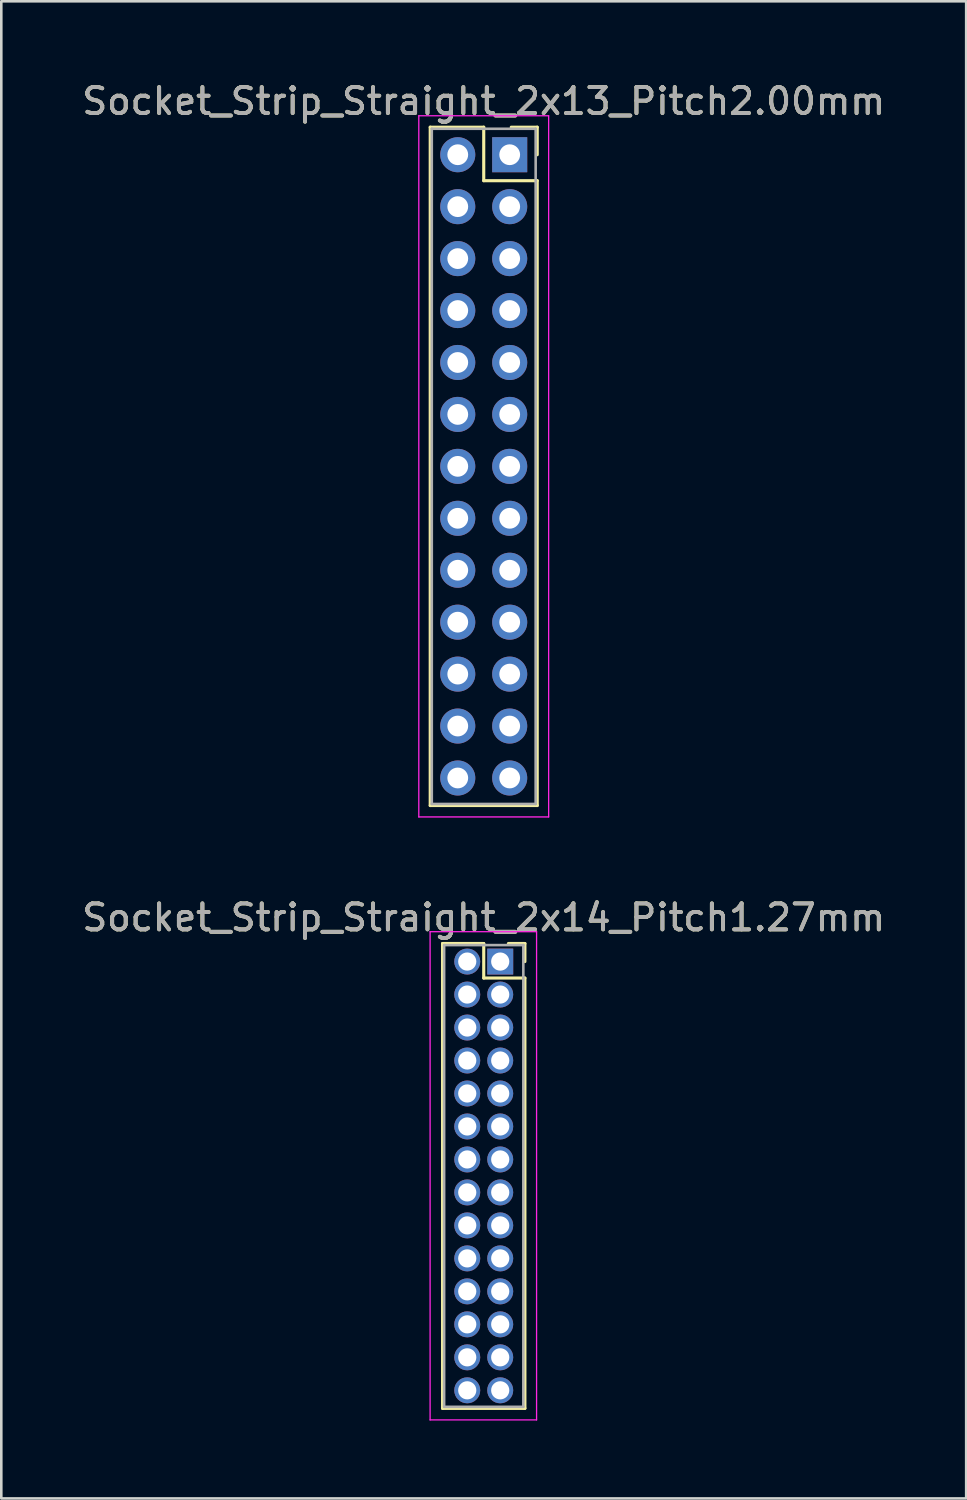
<source format=kicad_pcb>
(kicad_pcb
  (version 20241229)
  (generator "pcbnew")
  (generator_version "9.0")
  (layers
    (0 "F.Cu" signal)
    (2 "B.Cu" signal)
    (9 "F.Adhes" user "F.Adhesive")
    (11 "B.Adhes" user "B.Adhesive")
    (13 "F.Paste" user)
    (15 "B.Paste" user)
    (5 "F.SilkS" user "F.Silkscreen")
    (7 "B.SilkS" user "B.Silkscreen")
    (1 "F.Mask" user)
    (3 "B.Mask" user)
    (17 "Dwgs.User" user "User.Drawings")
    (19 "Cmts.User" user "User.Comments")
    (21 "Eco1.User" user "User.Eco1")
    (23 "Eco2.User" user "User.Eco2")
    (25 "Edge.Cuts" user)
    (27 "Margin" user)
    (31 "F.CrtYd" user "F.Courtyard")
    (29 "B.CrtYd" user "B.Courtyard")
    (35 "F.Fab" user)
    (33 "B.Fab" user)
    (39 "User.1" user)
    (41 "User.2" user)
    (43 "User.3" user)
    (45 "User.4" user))
  (footprint "Socket_Strip_Straight_2x14_Pitch1.27mm"
    (layer "F.Cu")
    (at 16.212 33.977)
    (property "Reference" "Socket_Strip_Straight_2x14_Pitch1.27mm" (at -0.635 -1.695 0) (layer "F.SilkS") (effects (font (size 1 1) (thickness 0.15))))
    (attr through_hole)
    (fp_line (start -2.22 -0.695) (end -0.635 -0.695) (stroke (width 0.12) (type solid)) (layer "F.SilkS"))
    (fp_line (start -2.22 17.205) (end -2.22 -0.695) (stroke (width 0.12) (type solid)) (layer "F.SilkS"))
    (fp_line (start -0.635 -0.695) (end -0.635 0.635) (stroke (width 0.12) (type solid)) (layer "F.SilkS"))
    (fp_line (start -0.635 0.635) (end 0.95 0.635) (stroke (width 0.12) (type solid)) (layer "F.SilkS"))
    (fp_line (start 0.95 -0.695) (end 0.315 -0.695) (stroke (width 0.12) (type solid)) (layer "F.SilkS"))
    (fp_line (start 0.95 0) (end 0.95 -0.695) (stroke (width 0.12) (type solid)) (layer "F.SilkS"))
    (fp_line (start 0.95 0.635) (end 0.95 17.205) (stroke (width 0.12) (type solid)) (layer "F.SilkS"))
    (fp_line (start 0.95 17.205) (end -2.22 17.205) (stroke (width 0.12) (type solid)) (layer "F.SilkS"))
    (fp_line (start -2.7 -1.15) (end -2.7 17.65) (stroke (width 0.05) (type solid)) (layer "F.CrtYd"))
    (fp_line (start -2.7 17.65) (end 1.4 17.65) (stroke (width 0.05) (type solid)) (layer "F.CrtYd"))
    (fp_line (start 1.4 -1.15) (end -2.7 -1.15) (stroke (width 0.05) (type solid)) (layer "F.CrtYd"))
    (fp_line (start 1.4 17.65) (end 1.4 -1.15) (stroke (width 0.05) (type solid)) (layer "F.CrtYd"))
    (fp_line (start -2.16 -0.635) (end -2.16 17.145) (stroke (width 0.1) (type solid)) (layer "F.Fab"))
    (fp_line (start -2.16 17.145) (end 0.89 17.145) (stroke (width 0.1) (type solid)) (layer "F.Fab"))
    (fp_line (start 0.89 -0.635) (end -2.16 -0.635) (stroke (width 0.1) (type solid)) (layer "F.Fab"))
    (fp_line (start 0.89 17.145) (end 0.89 -0.635) (stroke (width 0.1) (type solid)) (layer "F.Fab"))
    (fp_text user "${REFERENCE}" (at -0.635 -1.695 0) (layer "F.Fab") (effects (font (size 1 1) (thickness 0.15))))
    (pad "1" thru_hole rect (at 0 0) (size 1 1) (drill 0.7) (layers "*.Cu" "*.Mask"))
    (pad "2" thru_hole oval (at -1.27 0) (size 1 1) (drill 0.7) (layers "*.Cu" "*.Mask"))
    (pad "3" thru_hole oval (at 0 1.27) (size 1 1) (drill 0.7) (layers "*.Cu" "*.Mask"))
    (pad "4" thru_hole oval (at -1.27 1.27) (size 1 1) (drill 0.7) (layers "*.Cu" "*.Mask"))
    (pad "5" thru_hole oval (at 0 2.54) (size 1 1) (drill 0.7) (layers "*.Cu" "*.Mask"))
    (pad "6" thru_hole oval (at -1.27 2.54) (size 1 1) (drill 0.7) (layers "*.Cu" "*.Mask"))
    (pad "7" thru_hole oval (at 0 3.81) (size 1 1) (drill 0.7) (layers "*.Cu" "*.Mask"))
    (pad "8" thru_hole oval (at -1.27 3.81) (size 1 1) (drill 0.7) (layers "*.Cu" "*.Mask"))
    (pad "9" thru_hole oval (at 0 5.08) (size 1 1) (drill 0.7) (layers "*.Cu" "*.Mask"))
    (pad "10" thru_hole oval (at -1.27 5.08) (size 1 1) (drill 0.7) (layers "*.Cu" "*.Mask"))
    (pad "11" thru_hole oval (at 0 6.35) (size 1 1) (drill 0.7) (layers "*.Cu" "*.Mask"))
    (pad "12" thru_hole oval (at -1.27 6.35) (size 1 1) (drill 0.7) (layers "*.Cu" "*.Mask"))
    (pad "13" thru_hole oval (at 0 7.62) (size 1 1) (drill 0.7) (layers "*.Cu" "*.Mask"))
    (pad "14" thru_hole oval (at -1.27 7.62) (size 1 1) (drill 0.7) (layers "*.Cu" "*.Mask"))
    (pad "15" thru_hole oval (at 0 8.89) (size 1 1) (drill 0.7) (layers "*.Cu" "*.Mask"))
    (pad "16" thru_hole oval (at -1.27 8.89) (size 1 1) (drill 0.7) (layers "*.Cu" "*.Mask"))
    (pad "17" thru_hole oval (at 0 10.16) (size 1 1) (drill 0.7) (layers "*.Cu" "*.Mask"))
    (pad "18" thru_hole oval (at -1.27 10.16) (size 1 1) (drill 0.7) (layers "*.Cu" "*.Mask"))
    (pad "19" thru_hole oval (at 0 11.43) (size 1 1) (drill 0.7) (layers "*.Cu" "*.Mask"))
    (pad "20" thru_hole oval (at -1.27 11.43) (size 1 1) (drill 0.7) (layers "*.Cu" "*.Mask"))
    (pad "21" thru_hole oval (at 0 12.7) (size 1 1) (drill 0.7) (layers "*.Cu" "*.Mask"))
    (pad "22" thru_hole oval (at -1.27 12.7) (size 1 1) (drill 0.7) (layers "*.Cu" "*.Mask"))
    (pad "23" thru_hole oval (at 0 13.97) (size 1 1) (drill 0.7) (layers "*.Cu" "*.Mask"))
    (pad "24" thru_hole oval (at -1.27 13.97) (size 1 1) (drill 0.7) (layers "*.Cu" "*.Mask"))
    (pad "25" thru_hole oval (at 0 15.24) (size 1 1) (drill 0.7) (layers "*.Cu" "*.Mask"))
    (pad "26" thru_hole oval (at -1.27 15.24) (size 1 1) (drill 0.7) (layers "*.Cu" "*.Mask"))
    (pad "27" thru_hole oval (at 0 16.51) (size 1 1) (drill 0.7) (layers "*.Cu" "*.Mask"))
    (pad "28" thru_hole oval (at -1.27 16.51) (size 1 1) (drill 0.7) (layers "*.Cu" "*.Mask")))
  (footprint "Socket_Strip_Straight_2x13_Pitch2.00mm"
    (layer "F.Cu")
    (at 16.577 2.908)
    (property "Reference" "Socket_Strip_Straight_2x13_Pitch2.00mm" (at -1 -2.06 0) (layer "F.SilkS") (effects (font (size 1 1) (thickness 0.15))))
    (attr through_hole)
    (fp_line (start -3.06 -1.06) (end -1 -1.06) (stroke (width 0.12) (type solid)) (layer "F.SilkS"))
    (fp_line (start -3.06 25.06) (end -3.06 -1.06) (stroke (width 0.12) (type solid)) (layer "F.SilkS"))
    (fp_line (start -1 -1.06) (end -1 1) (stroke (width 0.12) (type solid)) (layer "F.SilkS"))
    (fp_line (start -1 1) (end 1.06 1) (stroke (width 0.12) (type solid)) (layer "F.SilkS"))
    (fp_line (start 1.06 -1.06) (end 0.06 -1.06) (stroke (width 0.12) (type solid)) (layer "F.SilkS"))
    (fp_line (start 1.06 0) (end 1.06 -1.06) (stroke (width 0.12) (type solid)) (layer "F.SilkS"))
    (fp_line (start 1.06 1) (end 1.06 25.06) (stroke (width 0.12) (type solid)) (layer "F.SilkS"))
    (fp_line (start 1.06 25.06) (end -3.06 25.06) (stroke (width 0.12) (type solid)) (layer "F.SilkS"))
    (fp_line (start -3.5 -1.5) (end -3.5 25.5) (stroke (width 0.05) (type solid)) (layer "F.CrtYd"))
    (fp_line (start -3.5 25.5) (end 1.5 25.5) (stroke (width 0.05) (type solid)) (layer "F.CrtYd"))
    (fp_line (start 1.5 -1.5) (end -3.5 -1.5) (stroke (width 0.05) (type solid)) (layer "F.CrtYd"))
    (fp_line (start 1.5 25.5) (end 1.5 -1.5) (stroke (width 0.05) (type solid)) (layer "F.CrtYd"))
    (fp_line (start -3 -1) (end -3 25) (stroke (width 0.1) (type solid)) (layer "F.Fab"))
    (fp_line (start -3 25) (end 1 25) (stroke (width 0.1) (type solid)) (layer "F.Fab"))
    (fp_line (start 1 -1) (end -3 -1) (stroke (width 0.1) (type solid)) (layer "F.Fab"))
    (fp_line (start 1 25) (end 1 -1) (stroke (width 0.1) (type solid)) (layer "F.Fab"))
    (fp_text user "${REFERENCE}" (at -1 -2.06 0) (layer "F.Fab") (effects (font (size 1 1) (thickness 0.15))))
    (pad "1" thru_hole rect (at 0 0) (size 1.35 1.35) (drill 0.8) (layers "*.Cu" "*.Mask"))
    (pad "2" thru_hole oval (at -2 0) (size 1.35 1.35) (drill 0.8) (layers "*.Cu" "*.Mask"))
    (pad "3" thru_hole oval (at 0 2) (size 1.35 1.35) (drill 0.8) (layers "*.Cu" "*.Mask"))
    (pad "4" thru_hole oval (at -2 2) (size 1.35 1.35) (drill 0.8) (layers "*.Cu" "*.Mask"))
    (pad "5" thru_hole oval (at 0 4) (size 1.35 1.35) (drill 0.8) (layers "*.Cu" "*.Mask"))
    (pad "6" thru_hole oval (at -2 4) (size 1.35 1.35) (drill 0.8) (layers "*.Cu" "*.Mask"))
    (pad "7" thru_hole oval (at 0 6) (size 1.35 1.35) (drill 0.8) (layers "*.Cu" "*.Mask"))
    (pad "8" thru_hole oval (at -2 6) (size 1.35 1.35) (drill 0.8) (layers "*.Cu" "*.Mask"))
    (pad "9" thru_hole oval (at 0 8) (size 1.35 1.35) (drill 0.8) (layers "*.Cu" "*.Mask"))
    (pad "10" thru_hole oval (at -2 8) (size 1.35 1.35) (drill 0.8) (layers "*.Cu" "*.Mask"))
    (pad "11" thru_hole oval (at 0 10) (size 1.35 1.35) (drill 0.8) (layers "*.Cu" "*.Mask"))
    (pad "12" thru_hole oval (at -2 10) (size 1.35 1.35) (drill 0.8) (layers "*.Cu" "*.Mask"))
    (pad "13" thru_hole oval (at 0 12) (size 1.35 1.35) (drill 0.8) (layers "*.Cu" "*.Mask"))
    (pad "14" thru_hole oval (at -2 12) (size 1.35 1.35) (drill 0.8) (layers "*.Cu" "*.Mask"))
    (pad "15" thru_hole oval (at 0 14) (size 1.35 1.35) (drill 0.8) (layers "*.Cu" "*.Mask"))
    (pad "16" thru_hole oval (at -2 14) (size 1.35 1.35) (drill 0.8) (layers "*.Cu" "*.Mask"))
    (pad "17" thru_hole oval (at 0 16) (size 1.35 1.35) (drill 0.8) (layers "*.Cu" "*.Mask"))
    (pad "18" thru_hole oval (at -2 16) (size 1.35 1.35) (drill 0.8) (layers "*.Cu" "*.Mask"))
    (pad "19" thru_hole oval (at 0 18) (size 1.35 1.35) (drill 0.8) (layers "*.Cu" "*.Mask"))
    (pad "20" thru_hole oval (at -2 18) (size 1.35 1.35) (drill 0.8) (layers "*.Cu" "*.Mask"))
    (pad "21" thru_hole oval (at 0 20) (size 1.35 1.35) (drill 0.8) (layers "*.Cu" "*.Mask"))
    (pad "22" thru_hole oval (at -2 20) (size 1.35 1.35) (drill 0.8) (layers "*.Cu" "*.Mask"))
    (pad "23" thru_hole oval (at 0 22) (size 1.35 1.35) (drill 0.8) (layers "*.Cu" "*.Mask"))
    (pad "24" thru_hole oval (at -2 22) (size 1.35 1.35) (drill 0.8) (layers "*.Cu" "*.Mask"))
    (pad "25" thru_hole oval (at 0 24) (size 1.35 1.35) (drill 0.8) (layers "*.Cu" "*.Mask"))
    (pad "26" thru_hole oval (at -2 24) (size 1.35 1.35) (drill 0.8) (layers "*.Cu" "*.Mask")))
  (gr_rect
    (start -3 -3)
    (end 34.155 54.651)
    (stroke (width 0.1) (type default))
    (fill no)
    (layer "Edge.Cuts")))
</source>
